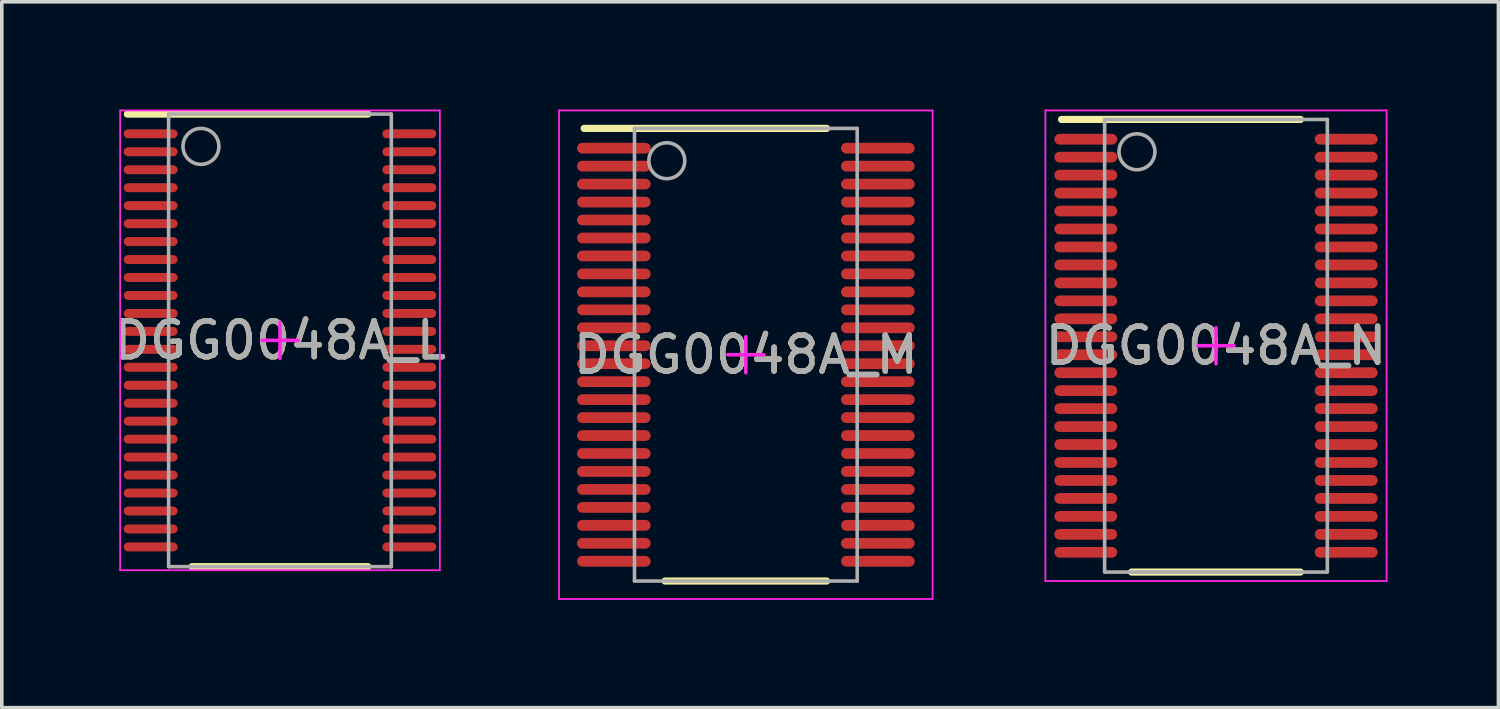
<source format=kicad_pcb>
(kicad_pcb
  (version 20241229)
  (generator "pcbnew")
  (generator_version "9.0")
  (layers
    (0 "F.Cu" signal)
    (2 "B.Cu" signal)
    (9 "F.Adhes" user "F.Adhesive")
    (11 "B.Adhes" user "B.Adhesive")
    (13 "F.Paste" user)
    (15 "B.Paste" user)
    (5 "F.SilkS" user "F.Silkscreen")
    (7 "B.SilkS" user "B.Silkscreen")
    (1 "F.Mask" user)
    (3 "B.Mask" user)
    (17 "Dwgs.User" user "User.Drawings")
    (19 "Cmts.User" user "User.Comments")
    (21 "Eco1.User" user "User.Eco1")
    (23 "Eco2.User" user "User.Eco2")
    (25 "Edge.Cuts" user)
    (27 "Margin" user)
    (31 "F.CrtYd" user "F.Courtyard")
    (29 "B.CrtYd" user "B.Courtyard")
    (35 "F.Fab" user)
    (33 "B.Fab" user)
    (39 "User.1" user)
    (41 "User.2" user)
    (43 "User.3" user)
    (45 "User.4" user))
  (footprint "DGG0048A_L"
    (layer "F.Cu")
    (at 4.744 6.425)
    (property "Reference" "DGG0048A_L" (at 0 0 0) (unlocked yes) (layer "F.SilkS") (effects (font (size 1 1) (thickness 0.15))))
    (attr smd)
    (fp_line (start -4.25 -6.3) (end 2.45 -6.3) (stroke (width 0.2) (type solid)) (layer "F.SilkS"))
    (fp_line (start -2.45 6.3) (end 2.45 6.3) (stroke (width 0.2) (type solid)) (layer "F.SilkS"))
    (fp_line (start -4.45 -6.4) (end 4.45 -6.4) (stroke (width 0.05) (type solid)) (layer "F.CrtYd"))
    (fp_line (start -4.45 6.4) (end -4.45 -6.4) (stroke (width 0.05) (type solid)) (layer "F.CrtYd"))
    (fp_line (start -4.45 6.4) (end 4.45 6.4) (stroke (width 0.05) (type solid)) (layer "F.CrtYd"))
    (fp_line (start -0.5 0) (end 0.5 0) (stroke (width 0.1) (type solid)) (layer "F.CrtYd"))
    (fp_line (start 0 0.5) (end 0 -0.5) (stroke (width 0.1) (type solid)) (layer "F.CrtYd"))
    (fp_line (start 4.45 6.4) (end 4.45 -6.4) (stroke (width 0.05) (type solid)) (layer "F.CrtYd"))
    (fp_line (start -3.1 -6.3) (end 3.1 -6.3) (stroke (width 0.1) (type solid)) (layer "F.Fab"))
    (fp_line (start -3.1 6.3) (end -3.1 -6.3) (stroke (width 0.1) (type solid)) (layer "F.Fab"))
    (fp_line (start -3.1 6.3) (end 3.1 6.3) (stroke (width 0.1) (type solid)) (layer "F.Fab"))
    (fp_line (start 3.1 6.3) (end 3.1 -6.3) (stroke (width 0.1) (type solid)) (layer "F.Fab"))
    (fp_circle (center -2.2 -5.4) (end -1.7 -5.4) (stroke (width 0.1) (type solid)) (fill no) (layer "F.Fab"))
    (fp_text user "${REFERENCE}" (at 0 0 0) (unlocked yes) (layer "F.Fab") (effects (font (size 1 1) (thickness 0.15))))
    (pad "1" smd oval (at -3.6 -5.75 90) (size 0.25 1.5) (layers "F.Cu" "F.Mask" "F.Paste"))
    (pad "2" smd oval (at -3.6 -5.25 90) (size 0.25 1.5) (layers "F.Cu" "F.Mask" "F.Paste"))
    (pad "3" smd oval (at -3.6 -4.75 90) (size 0.25 1.5) (layers "F.Cu" "F.Mask" "F.Paste"))
    (pad "4" smd oval (at -3.6 -4.25 90) (size 0.25 1.5) (layers "F.Cu" "F.Mask" "F.Paste"))
    (pad "5" smd oval (at -3.6 -3.75 90) (size 0.25 1.5) (layers "F.Cu" "F.Mask" "F.Paste"))
    (pad "6" smd oval (at -3.6 -3.25 90) (size 0.25 1.5) (layers "F.Cu" "F.Mask" "F.Paste"))
    (pad "7" smd oval (at -3.6 -2.75 90) (size 0.25 1.5) (layers "F.Cu" "F.Mask" "F.Paste"))
    (pad "8" smd oval (at -3.6 -2.25 90) (size 0.25 1.5) (layers "F.Cu" "F.Mask" "F.Paste"))
    (pad "9" smd oval (at -3.6 -1.75 90) (size 0.25 1.5) (layers "F.Cu" "F.Mask" "F.Paste"))
    (pad "10" smd oval (at -3.6 -1.25 90) (size 0.25 1.5) (layers "F.Cu" "F.Mask" "F.Paste"))
    (pad "11" smd oval (at -3.6 -0.75 90) (size 0.25 1.5) (layers "F.Cu" "F.Mask" "F.Paste"))
    (pad "12" smd oval (at -3.6 -0.25 90) (size 0.25 1.5) (layers "F.Cu" "F.Mask" "F.Paste"))
    (pad "13" smd oval (at -3.6 0.25 90) (size 0.25 1.5) (layers "F.Cu" "F.Mask" "F.Paste"))
    (pad "14" smd oval (at -3.6 0.75 90) (size 0.25 1.5) (layers "F.Cu" "F.Mask" "F.Paste"))
    (pad "15" smd oval (at -3.6 1.25 90) (size 0.25 1.5) (layers "F.Cu" "F.Mask" "F.Paste"))
    (pad "16" smd oval (at -3.6 1.75 90) (size 0.25 1.5) (layers "F.Cu" "F.Mask" "F.Paste"))
    (pad "17" smd oval (at -3.6 2.25 90) (size 0.25 1.5) (layers "F.Cu" "F.Mask" "F.Paste"))
    (pad "18" smd oval (at -3.6 2.75 90) (size 0.25 1.5) (layers "F.Cu" "F.Mask" "F.Paste"))
    (pad "19" smd oval (at -3.6 3.25 90) (size 0.25 1.5) (layers "F.Cu" "F.Mask" "F.Paste"))
    (pad "20" smd oval (at -3.6 3.75 90) (size 0.25 1.5) (layers "F.Cu" "F.Mask" "F.Paste"))
    (pad "21" smd oval (at -3.6 4.25 90) (size 0.25 1.5) (layers "F.Cu" "F.Mask" "F.Paste"))
    (pad "22" smd oval (at -3.6 4.75 90) (size 0.25 1.5) (layers "F.Cu" "F.Mask" "F.Paste"))
    (pad "23" smd oval (at -3.6 5.25 90) (size 0.25 1.5) (layers "F.Cu" "F.Mask" "F.Paste"))
    (pad "24" smd oval (at -3.6 5.75 90) (size 0.25 1.5) (layers "F.Cu" "F.Mask" "F.Paste"))
    (pad "25" smd oval (at 3.6 5.75 90) (size 0.25 1.5) (layers "F.Cu" "F.Mask" "F.Paste"))
    (pad "26" smd oval (at 3.6 5.25 90) (size 0.25 1.5) (layers "F.Cu" "F.Mask" "F.Paste"))
    (pad "27" smd oval (at 3.6 4.75 90) (size 0.25 1.5) (layers "F.Cu" "F.Mask" "F.Paste"))
    (pad "28" smd oval (at 3.6 4.25 90) (size 0.25 1.5) (layers "F.Cu" "F.Mask" "F.Paste"))
    (pad "29" smd oval (at 3.6 3.75 90) (size 0.25 1.5) (layers "F.Cu" "F.Mask" "F.Paste"))
    (pad "30" smd oval (at 3.6 3.25 90) (size 0.25 1.5) (layers "F.Cu" "F.Mask" "F.Paste"))
    (pad "31" smd oval (at 3.6 2.75 90) (size 0.25 1.5) (layers "F.Cu" "F.Mask" "F.Paste"))
    (pad "32" smd oval (at 3.6 2.25 90) (size 0.25 1.5) (layers "F.Cu" "F.Mask" "F.Paste"))
    (pad "33" smd oval (at 3.6 1.75 90) (size 0.25 1.5) (layers "F.Cu" "F.Mask" "F.Paste"))
    (pad "34" smd oval (at 3.6 1.25 90) (size 0.25 1.5) (layers "F.Cu" "F.Mask" "F.Paste"))
    (pad "35" smd oval (at 3.6 0.75 90) (size 0.25 1.5) (layers "F.Cu" "F.Mask" "F.Paste"))
    (pad "36" smd oval (at 3.6 0.25 90) (size 0.25 1.5) (layers "F.Cu" "F.Mask" "F.Paste"))
    (pad "37" smd oval (at 3.6 -0.25 90) (size 0.25 1.5) (layers "F.Cu" "F.Mask" "F.Paste"))
    (pad "38" smd oval (at 3.6 -0.75 90) (size 0.25 1.5) (layers "F.Cu" "F.Mask" "F.Paste"))
    (pad "39" smd oval (at 3.6 -1.25 90) (size 0.25 1.5) (layers "F.Cu" "F.Mask" "F.Paste"))
    (pad "40" smd oval (at 3.6 -1.75 90) (size 0.25 1.5) (layers "F.Cu" "F.Mask" "F.Paste"))
    (pad "41" smd oval (at 3.6 -2.25 90) (size 0.25 1.5) (layers "F.Cu" "F.Mask" "F.Paste"))
    (pad "42" smd oval (at 3.6 -2.75 90) (size 0.25 1.5) (layers "F.Cu" "F.Mask" "F.Paste"))
    (pad "43" smd oval (at 3.6 -3.25 90) (size 0.25 1.5) (layers "F.Cu" "F.Mask" "F.Paste"))
    (pad "44" smd oval (at 3.6 -3.75 90) (size 0.25 1.5) (layers "F.Cu" "F.Mask" "F.Paste"))
    (pad "45" smd oval (at 3.6 -4.25 90) (size 0.25 1.5) (layers "F.Cu" "F.Mask" "F.Paste"))
    (pad "46" smd oval (at 3.6 -4.75 90) (size 0.25 1.5) (layers "F.Cu" "F.Mask" "F.Paste"))
    (pad "47" smd oval (at 3.6 -5.25 90) (size 0.25 1.5) (layers "F.Cu" "F.Mask" "F.Paste"))
    (pad "48" smd oval (at 3.6 -5.75 90) (size 0.25 1.5) (layers "F.Cu" "F.Mask" "F.Paste")))
  (footprint "DGG0048A_M"
    (layer "F.Cu")
    (at 17.713 6.825)
    (property "Reference" "DGG0048A_M" (at 0 0 0) (unlocked yes) (layer "F.SilkS") (effects (font (size 1 1) (thickness 0.15))))
    (attr smd)
    (fp_line (start -4.5 -6.3) (end 2.25 -6.3) (stroke (width 0.2) (type solid)) (layer "F.SilkS"))
    (fp_line (start -2.25 6.3) (end 2.25 6.3) (stroke (width 0.2) (type solid)) (layer "F.SilkS"))
    (fp_line (start -5.2 -6.8) (end 5.2 -6.8) (stroke (width 0.05) (type solid)) (layer "F.CrtYd"))
    (fp_line (start -5.2 6.8) (end -5.2 -6.8) (stroke (width 0.05) (type solid)) (layer "F.CrtYd"))
    (fp_line (start -5.2 6.8) (end 5.2 6.8) (stroke (width 0.05) (type solid)) (layer "F.CrtYd"))
    (fp_line (start -0.5 0) (end 0.5 0) (stroke (width 0.1) (type solid)) (layer "F.CrtYd"))
    (fp_line (start 0 0.5) (end 0 -0.5) (stroke (width 0.1) (type solid)) (layer "F.CrtYd"))
    (fp_line (start 5.2 6.8) (end 5.2 -6.8) (stroke (width 0.05) (type solid)) (layer "F.CrtYd"))
    (fp_line (start -3.1 -6.3) (end 3.1 -6.3) (stroke (width 0.1) (type solid)) (layer "F.Fab"))
    (fp_line (start -3.1 6.3) (end -3.1 -6.3) (stroke (width 0.1) (type solid)) (layer "F.Fab"))
    (fp_line (start -3.1 6.3) (end 3.1 6.3) (stroke (width 0.1) (type solid)) (layer "F.Fab"))
    (fp_line (start 3.1 6.3) (end 3.1 -6.3) (stroke (width 0.1) (type solid)) (layer "F.Fab"))
    (fp_circle (center -2.2 -5.4) (end -1.7 -5.4) (stroke (width 0.1) (type solid)) (fill no) (layer "F.Fab"))
    (fp_text user "${REFERENCE}" (at 0 0 0) (unlocked yes) (layer "F.Fab") (effects (font (size 1 1) (thickness 0.15))))
    (pad "1" smd oval (at -3.675 -5.75 90) (size 0.3 2.05) (layers "F.Cu" "F.Mask" "F.Paste"))
    (pad "2" smd oval (at -3.675 -5.25 90) (size 0.3 2.05) (layers "F.Cu" "F.Mask" "F.Paste"))
    (pad "3" smd oval (at -3.675 -4.75 90) (size 0.3 2.05) (layers "F.Cu" "F.Mask" "F.Paste"))
    (pad "4" smd oval (at -3.675 -4.25 90) (size 0.3 2.05) (layers "F.Cu" "F.Mask" "F.Paste"))
    (pad "5" smd oval (at -3.675 -3.75 90) (size 0.3 2.05) (layers "F.Cu" "F.Mask" "F.Paste"))
    (pad "6" smd oval (at -3.675 -3.25 90) (size 0.3 2.05) (layers "F.Cu" "F.Mask" "F.Paste"))
    (pad "7" smd oval (at -3.675 -2.75 90) (size 0.3 2.05) (layers "F.Cu" "F.Mask" "F.Paste"))
    (pad "8" smd oval (at -3.675 -2.25 90) (size 0.3 2.05) (layers "F.Cu" "F.Mask" "F.Paste"))
    (pad "9" smd oval (at -3.675 -1.75 90) (size 0.3 2.05) (layers "F.Cu" "F.Mask" "F.Paste"))
    (pad "10" smd oval (at -3.675 -1.25 90) (size 0.3 2.05) (layers "F.Cu" "F.Mask" "F.Paste"))
    (pad "11" smd oval (at -3.675 -0.75 90) (size 0.3 2.05) (layers "F.Cu" "F.Mask" "F.Paste"))
    (pad "12" smd oval (at -3.675 -0.25 90) (size 0.3 2.05) (layers "F.Cu" "F.Mask" "F.Paste"))
    (pad "13" smd oval (at -3.675 0.25 90) (size 0.3 2.05) (layers "F.Cu" "F.Mask" "F.Paste"))
    (pad "14" smd oval (at -3.675 0.75 90) (size 0.3 2.05) (layers "F.Cu" "F.Mask" "F.Paste"))
    (pad "15" smd oval (at -3.675 1.25 90) (size 0.3 2.05) (layers "F.Cu" "F.Mask" "F.Paste"))
    (pad "16" smd oval (at -3.675 1.75 90) (size 0.3 2.05) (layers "F.Cu" "F.Mask" "F.Paste"))
    (pad "17" smd oval (at -3.675 2.25 90) (size 0.3 2.05) (layers "F.Cu" "F.Mask" "F.Paste"))
    (pad "18" smd oval (at -3.675 2.75 90) (size 0.3 2.05) (layers "F.Cu" "F.Mask" "F.Paste"))
    (pad "19" smd oval (at -3.675 3.25 90) (size 0.3 2.05) (layers "F.Cu" "F.Mask" "F.Paste"))
    (pad "20" smd oval (at -3.675 3.75 90) (size 0.3 2.05) (layers "F.Cu" "F.Mask" "F.Paste"))
    (pad "21" smd oval (at -3.675 4.25 90) (size 0.3 2.05) (layers "F.Cu" "F.Mask" "F.Paste"))
    (pad "22" smd oval (at -3.675 4.75 90) (size 0.3 2.05) (layers "F.Cu" "F.Mask" "F.Paste"))
    (pad "23" smd oval (at -3.675 5.25 90) (size 0.3 2.05) (layers "F.Cu" "F.Mask" "F.Paste"))
    (pad "24" smd oval (at -3.675 5.75 90) (size 0.3 2.05) (layers "F.Cu" "F.Mask" "F.Paste"))
    (pad "25" smd oval (at 3.675 5.75 90) (size 0.3 2.05) (layers "F.Cu" "F.Mask" "F.Paste"))
    (pad "26" smd oval (at 3.675 5.25 90) (size 0.3 2.05) (layers "F.Cu" "F.Mask" "F.Paste"))
    (pad "27" smd oval (at 3.675 4.75 90) (size 0.3 2.05) (layers "F.Cu" "F.Mask" "F.Paste"))
    (pad "28" smd oval (at 3.675 4.25 90) (size 0.3 2.05) (layers "F.Cu" "F.Mask" "F.Paste"))
    (pad "29" smd oval (at 3.675 3.75 90) (size 0.3 2.05) (layers "F.Cu" "F.Mask" "F.Paste"))
    (pad "30" smd oval (at 3.675 3.25 90) (size 0.3 2.05) (layers "F.Cu" "F.Mask" "F.Paste"))
    (pad "31" smd oval (at 3.675 2.75 90) (size 0.3 2.05) (layers "F.Cu" "F.Mask" "F.Paste"))
    (pad "32" smd oval (at 3.675 2.25 90) (size 0.3 2.05) (layers "F.Cu" "F.Mask" "F.Paste"))
    (pad "33" smd oval (at 3.675 1.75 90) (size 0.3 2.05) (layers "F.Cu" "F.Mask" "F.Paste"))
    (pad "34" smd oval (at 3.675 1.25 90) (size 0.3 2.05) (layers "F.Cu" "F.Mask" "F.Paste"))
    (pad "35" smd oval (at 3.675 0.75 90) (size 0.3 2.05) (layers "F.Cu" "F.Mask" "F.Paste"))
    (pad "36" smd oval (at 3.675 0.25 90) (size 0.3 2.05) (layers "F.Cu" "F.Mask" "F.Paste"))
    (pad "37" smd oval (at 3.675 -0.25 90) (size 0.3 2.05) (layers "F.Cu" "F.Mask" "F.Paste"))
    (pad "38" smd oval (at 3.675 -0.75 90) (size 0.3 2.05) (layers "F.Cu" "F.Mask" "F.Paste"))
    (pad "39" smd oval (at 3.675 -1.25 90) (size 0.3 2.05) (layers "F.Cu" "F.Mask" "F.Paste"))
    (pad "40" smd oval (at 3.675 -1.75 90) (size 0.3 2.05) (layers "F.Cu" "F.Mask" "F.Paste"))
    (pad "41" smd oval (at 3.675 -2.25 90) (size 0.3 2.05) (layers "F.Cu" "F.Mask" "F.Paste"))
    (pad "42" smd oval (at 3.675 -2.75 90) (size 0.3 2.05) (layers "F.Cu" "F.Mask" "F.Paste"))
    (pad "43" smd oval (at 3.675 -3.25 90) (size 0.3 2.05) (layers "F.Cu" "F.Mask" "F.Paste"))
    (pad "44" smd oval (at 3.675 -3.75 90) (size 0.3 2.05) (layers "F.Cu" "F.Mask" "F.Paste"))
    (pad "45" smd oval (at 3.675 -4.25 90) (size 0.3 2.05) (layers "F.Cu" "F.Mask" "F.Paste"))
    (pad "46" smd oval (at 3.675 -4.75 90) (size 0.3 2.05) (layers "F.Cu" "F.Mask" "F.Paste"))
    (pad "47" smd oval (at 3.675 -5.25 90) (size 0.3 2.05) (layers "F.Cu" "F.Mask" "F.Paste"))
    (pad "48" smd oval (at 3.675 -5.75 90) (size 0.3 2.05) (layers "F.Cu" "F.Mask" "F.Paste")))
  (footprint "DGG0048A_N"
    (layer "F.Cu")
    (at 30.801 6.575)
    (property "Reference" "DGG0048A_N" (at 0 0 0) (unlocked yes) (layer "F.SilkS") (effects (font (size 1 1) (thickness 0.15))))
    (attr smd)
    (fp_line (start -4.3 -6.3) (end 2.35 -6.3) (stroke (width 0.2) (type solid)) (layer "F.SilkS"))
    (fp_line (start -2.35 6.3) (end 2.35 6.3) (stroke (width 0.2) (type solid)) (layer "F.SilkS"))
    (fp_line (start -4.75 -6.55) (end 4.75 -6.55) (stroke (width 0.05) (type solid)) (layer "F.CrtYd"))
    (fp_line (start -4.75 6.55) (end -4.75 -6.55) (stroke (width 0.05) (type solid)) (layer "F.CrtYd"))
    (fp_line (start -4.75 6.55) (end 4.75 6.55) (stroke (width 0.05) (type solid)) (layer "F.CrtYd"))
    (fp_line (start -0.5 0) (end 0.5 0) (stroke (width 0.1) (type solid)) (layer "F.CrtYd"))
    (fp_line (start 0 0.5) (end 0 -0.5) (stroke (width 0.1) (type solid)) (layer "F.CrtYd"))
    (fp_line (start 4.75 6.55) (end 4.75 -6.55) (stroke (width 0.05) (type solid)) (layer "F.CrtYd"))
    (fp_line (start -3.1 -6.3) (end 3.1 -6.3) (stroke (width 0.1) (type solid)) (layer "F.Fab"))
    (fp_line (start -3.1 6.3) (end -3.1 -6.3) (stroke (width 0.1) (type solid)) (layer "F.Fab"))
    (fp_line (start -3.1 6.3) (end 3.1 6.3) (stroke (width 0.1) (type solid)) (layer "F.Fab"))
    (fp_line (start 3.1 6.3) (end 3.1 -6.3) (stroke (width 0.1) (type solid)) (layer "F.Fab"))
    (fp_circle (center -2.2 -5.4) (end -1.7 -5.4) (stroke (width 0.1) (type solid)) (fill no) (layer "F.Fab"))
    (fp_text user "${REFERENCE}" (at 0 0 0) (unlocked yes) (layer "F.Fab") (effects (font (size 1 1) (thickness 0.15))))
    (pad "1" smd oval (at -3.625 -5.75 90) (size 0.3 1.75) (layers "F.Cu" "F.Mask" "F.Paste"))
    (pad "2" smd oval (at -3.625 -5.25 90) (size 0.3 1.75) (layers "F.Cu" "F.Mask" "F.Paste"))
    (pad "3" smd oval (at -3.625 -4.75 90) (size 0.3 1.75) (layers "F.Cu" "F.Mask" "F.Paste"))
    (pad "4" smd oval (at -3.625 -4.25 90) (size 0.3 1.75) (layers "F.Cu" "F.Mask" "F.Paste"))
    (pad "5" smd oval (at -3.625 -3.75 90) (size 0.3 1.75) (layers "F.Cu" "F.Mask" "F.Paste"))
    (pad "6" smd oval (at -3.625 -3.25 90) (size 0.3 1.75) (layers "F.Cu" "F.Mask" "F.Paste"))
    (pad "7" smd oval (at -3.625 -2.75 90) (size 0.3 1.75) (layers "F.Cu" "F.Mask" "F.Paste"))
    (pad "8" smd oval (at -3.625 -2.25 90) (size 0.3 1.75) (layers "F.Cu" "F.Mask" "F.Paste"))
    (pad "9" smd oval (at -3.625 -1.75 90) (size 0.3 1.75) (layers "F.Cu" "F.Mask" "F.Paste"))
    (pad "10" smd oval (at -3.625 -1.25 90) (size 0.3 1.75) (layers "F.Cu" "F.Mask" "F.Paste"))
    (pad "11" smd oval (at -3.625 -0.75 90) (size 0.3 1.75) (layers "F.Cu" "F.Mask" "F.Paste"))
    (pad "12" smd oval (at -3.625 -0.25 90) (size 0.3 1.75) (layers "F.Cu" "F.Mask" "F.Paste"))
    (pad "13" smd oval (at -3.625 0.25 90) (size 0.3 1.75) (layers "F.Cu" "F.Mask" "F.Paste"))
    (pad "14" smd oval (at -3.625 0.75 90) (size 0.3 1.75) (layers "F.Cu" "F.Mask" "F.Paste"))
    (pad "15" smd oval (at -3.625 1.25 90) (size 0.3 1.75) (layers "F.Cu" "F.Mask" "F.Paste"))
    (pad "16" smd oval (at -3.625 1.75 90) (size 0.3 1.75) (layers "F.Cu" "F.Mask" "F.Paste"))
    (pad "17" smd oval (at -3.625 2.25 90) (size 0.3 1.75) (layers "F.Cu" "F.Mask" "F.Paste"))
    (pad "18" smd oval (at -3.625 2.75 90) (size 0.3 1.75) (layers "F.Cu" "F.Mask" "F.Paste"))
    (pad "19" smd oval (at -3.625 3.25 90) (size 0.3 1.75) (layers "F.Cu" "F.Mask" "F.Paste"))
    (pad "20" smd oval (at -3.625 3.75 90) (size 0.3 1.75) (layers "F.Cu" "F.Mask" "F.Paste"))
    (pad "21" smd oval (at -3.625 4.25 90) (size 0.3 1.75) (layers "F.Cu" "F.Mask" "F.Paste"))
    (pad "22" smd oval (at -3.625 4.75 90) (size 0.3 1.75) (layers "F.Cu" "F.Mask" "F.Paste"))
    (pad "23" smd oval (at -3.625 5.25 90) (size 0.3 1.75) (layers "F.Cu" "F.Mask" "F.Paste"))
    (pad "24" smd oval (at -3.625 5.75 90) (size 0.3 1.75) (layers "F.Cu" "F.Mask" "F.Paste"))
    (pad "25" smd oval (at 3.625 5.75 90) (size 0.3 1.75) (layers "F.Cu" "F.Mask" "F.Paste"))
    (pad "26" smd oval (at 3.625 5.25 90) (size 0.3 1.75) (layers "F.Cu" "F.Mask" "F.Paste"))
    (pad "27" smd oval (at 3.625 4.75 90) (size 0.3 1.75) (layers "F.Cu" "F.Mask" "F.Paste"))
    (pad "28" smd oval (at 3.625 4.25 90) (size 0.3 1.75) (layers "F.Cu" "F.Mask" "F.Paste"))
    (pad "29" smd oval (at 3.625 3.75 90) (size 0.3 1.75) (layers "F.Cu" "F.Mask" "F.Paste"))
    (pad "30" smd oval (at 3.625 3.25 90) (size 0.3 1.75) (layers "F.Cu" "F.Mask" "F.Paste"))
    (pad "31" smd oval (at 3.625 2.75 90) (size 0.3 1.75) (layers "F.Cu" "F.Mask" "F.Paste"))
    (pad "32" smd oval (at 3.625 2.25 90) (size 0.3 1.75) (layers "F.Cu" "F.Mask" "F.Paste"))
    (pad "33" smd oval (at 3.625 1.75 90) (size 0.3 1.75) (layers "F.Cu" "F.Mask" "F.Paste"))
    (pad "34" smd oval (at 3.625 1.25 90) (size 0.3 1.75) (layers "F.Cu" "F.Mask" "F.Paste"))
    (pad "35" smd oval (at 3.625 0.75 90) (size 0.3 1.75) (layers "F.Cu" "F.Mask" "F.Paste"))
    (pad "36" smd oval (at 3.625 0.25 90) (size 0.3 1.75) (layers "F.Cu" "F.Mask" "F.Paste"))
    (pad "37" smd oval (at 3.625 -0.25 90) (size 0.3 1.75) (layers "F.Cu" "F.Mask" "F.Paste"))
    (pad "38" smd oval (at 3.625 -0.75 90) (size 0.3 1.75) (layers "F.Cu" "F.Mask" "F.Paste"))
    (pad "39" smd oval (at 3.625 -1.25 90) (size 0.3 1.75) (layers "F.Cu" "F.Mask" "F.Paste"))
    (pad "40" smd oval (at 3.625 -1.75 90) (size 0.3 1.75) (layers "F.Cu" "F.Mask" "F.Paste"))
    (pad "41" smd oval (at 3.625 -2.25 90) (size 0.3 1.75) (layers "F.Cu" "F.Mask" "F.Paste"))
    (pad "42" smd oval (at 3.625 -2.75 90) (size 0.3 1.75) (layers "F.Cu" "F.Mask" "F.Paste"))
    (pad "43" smd oval (at 3.625 -3.25 90) (size 0.3 1.75) (layers "F.Cu" "F.Mask" "F.Paste"))
    (pad "44" smd oval (at 3.625 -3.75 90) (size 0.3 1.75) (layers "F.Cu" "F.Mask" "F.Paste"))
    (pad "45" smd oval (at 3.625 -4.25 90) (size 0.3 1.75) (layers "F.Cu" "F.Mask" "F.Paste"))
    (pad "46" smd oval (at 3.625 -4.75 90) (size 0.3 1.75) (layers "F.Cu" "F.Mask" "F.Paste"))
    (pad "47" smd oval (at 3.625 -5.25 90) (size 0.3 1.75) (layers "F.Cu" "F.Mask" "F.Paste"))
    (pad "48" smd oval (at 3.625 -5.75 90) (size 0.3 1.75) (layers "F.Cu" "F.Mask" "F.Paste")))
  (gr_rect
    (start -3 -3)
    (end 38.664 16.65)
    (stroke (width 0.1) (type default))
    (fill no)
    (layer "Edge.Cuts")))
</source>
